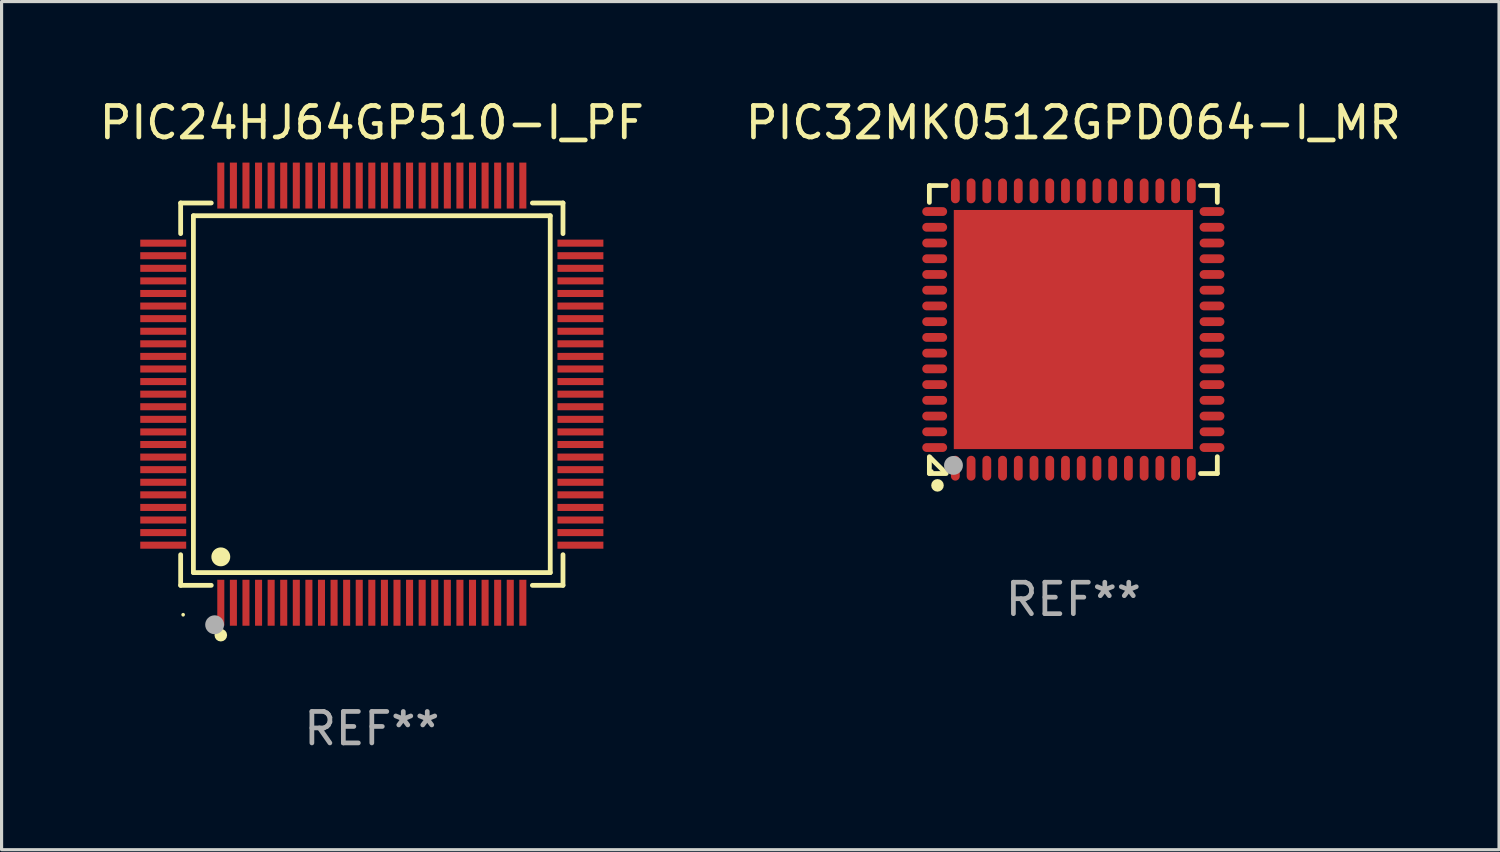
<source format=kicad_pcb>
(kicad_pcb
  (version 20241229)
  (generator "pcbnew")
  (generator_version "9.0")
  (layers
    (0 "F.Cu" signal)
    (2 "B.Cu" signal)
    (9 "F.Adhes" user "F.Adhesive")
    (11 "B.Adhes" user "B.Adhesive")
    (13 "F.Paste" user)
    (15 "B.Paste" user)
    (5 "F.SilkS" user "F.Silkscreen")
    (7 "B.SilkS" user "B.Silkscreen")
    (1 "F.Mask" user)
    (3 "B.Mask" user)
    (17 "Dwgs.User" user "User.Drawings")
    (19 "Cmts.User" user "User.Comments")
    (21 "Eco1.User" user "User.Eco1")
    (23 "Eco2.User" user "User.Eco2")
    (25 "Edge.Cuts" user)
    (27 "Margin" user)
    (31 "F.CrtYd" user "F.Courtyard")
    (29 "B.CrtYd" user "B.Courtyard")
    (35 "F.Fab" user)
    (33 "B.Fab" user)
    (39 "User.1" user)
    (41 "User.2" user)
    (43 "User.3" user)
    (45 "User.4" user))
  (footprint "PIC32MK0512GPD064-I_MR"
    (layer "F.Cu")
    (at 31.065 7.424)
    (property "Reference" "PIC32MK0512GPD064-I_MR" (at 0 -6.576 0) (layer "F.SilkS") (effects (font (size 1 1) (thickness 0.15))))
    (attr through_hole)
    (fp_line (start -4.576 -4.576) (end -4.576 -4.042) (stroke (width 0.152) (type solid)) (layer "F.SilkS"))
    (fp_line (start -4.576 4.576) (end -4.576 4.042) (stroke (width 0.152) (type solid)) (layer "F.SilkS"))
    (fp_line (start -4.069 4.549) (end -4.549 4.069) (stroke (width 0.152) (type solid)) (layer "F.SilkS"))
    (fp_line (start -4.042 -4.576) (end -4.576 -4.576) (stroke (width 0.152) (type solid)) (layer "F.SilkS"))
    (fp_line (start -4.042 4.576) (end -4.576 4.576) (stroke (width 0.152) (type solid)) (layer "F.SilkS"))
    (fp_line (start 4.042 -4.576) (end 4.576 -4.576) (stroke (width 0.152) (type solid)) (layer "F.SilkS"))
    (fp_line (start 4.042 4.576) (end 4.576 4.576) (stroke (width 0.152) (type solid)) (layer "F.SilkS"))
    (fp_line (start 4.576 -4.576) (end 4.576 -4.042) (stroke (width 0.152) (type solid)) (layer "F.SilkS"))
    (fp_line (start 4.576 4.576) (end 4.576 4.042) (stroke (width 0.152) (type solid)) (layer "F.SilkS"))
    (fp_circle (center -4.5 4.5) (end -4.47 4.5) (stroke (width 0.06) (type solid)) (fill no) (layer "F.SilkS"))
    (fp_circle (center -4.318 4.953) (end -4.218 4.953) (stroke (width 0.2) (type solid)) (fill no) (layer "F.SilkS"))
    (fp_circle (center -3.81 4.318) (end -3.66 4.318) (stroke (width 0.3) (type solid)) (fill no) (layer "F.Fab"))
    (fp_text user "REF**" (at 0 8.576 0) (layer "F.Fab") (effects (font (size 1 1) (thickness 0.15))))
    (pad "1" smd oval (at -3.75 4.407) (size 0.28 0.79) (layers "F.Cu" "F.Mask" "F.Paste"))
    (pad "2" smd oval (at -3.25 4.407) (size 0.28 0.79) (layers "F.Cu" "F.Mask" "F.Paste"))
    (pad "3" smd oval (at -2.75 4.407) (size 0.28 0.79) (layers "F.Cu" "F.Mask" "F.Paste"))
    (pad "4" smd oval (at -2.25 4.407) (size 0.28 0.79) (layers "F.Cu" "F.Mask" "F.Paste"))
    (pad "5" smd oval (at -1.75 4.407) (size 0.28 0.79) (layers "F.Cu" "F.Mask" "F.Paste"))
    (pad "6" smd oval (at -1.25 4.407) (size 0.28 0.79) (layers "F.Cu" "F.Mask" "F.Paste"))
    (pad "7" smd oval (at -0.75 4.407) (size 0.28 0.79) (layers "F.Cu" "F.Mask" "F.Paste"))
    (pad "8" smd oval (at -0.25 4.407) (size 0.28 0.79) (layers "F.Cu" "F.Mask" "F.Paste"))
    (pad "9" smd oval (at 0.25 4.407) (size 0.28 0.79) (layers "F.Cu" "F.Mask" "F.Paste"))
    (pad "10" smd oval (at 0.75 4.407) (size 0.28 0.79) (layers "F.Cu" "F.Mask" "F.Paste"))
    (pad "11" smd oval (at 1.25 4.407) (size 0.28 0.79) (layers "F.Cu" "F.Mask" "F.Paste"))
    (pad "12" smd oval (at 1.75 4.407) (size 0.28 0.79) (layers "F.Cu" "F.Mask" "F.Paste"))
    (pad "13" smd oval (at 2.25 4.407) (size 0.28 0.79) (layers "F.Cu" "F.Mask" "F.Paste"))
    (pad "14" smd oval (at 2.75 4.407) (size 0.28 0.79) (layers "F.Cu" "F.Mask" "F.Paste"))
    (pad "15" smd oval (at 3.25 4.407) (size 0.28 0.79) (layers "F.Cu" "F.Mask" "F.Paste"))
    (pad "16" smd oval (at 3.75 4.407) (size 0.28 0.79) (layers "F.Cu" "F.Mask" "F.Paste"))
    (pad "17" smd oval (at 4.407 3.75) (size 0.79 0.28) (layers "F.Cu" "F.Mask" "F.Paste"))
    (pad "18" smd oval (at 4.407 3.25) (size 0.79 0.28) (layers "F.Cu" "F.Mask" "F.Paste"))
    (pad "19" smd oval (at 4.407 2.75) (size 0.79 0.28) (layers "F.Cu" "F.Mask" "F.Paste"))
    (pad "20" smd oval (at 4.407 2.25) (size 0.79 0.28) (layers "F.Cu" "F.Mask" "F.Paste"))
    (pad "21" smd oval (at 4.407 1.75) (size 0.79 0.28) (layers "F.Cu" "F.Mask" "F.Paste"))
    (pad "22" smd oval (at 4.407 1.25) (size 0.79 0.28) (layers "F.Cu" "F.Mask" "F.Paste"))
    (pad "23" smd oval (at 4.407 0.75) (size 0.79 0.28) (layers "F.Cu" "F.Mask" "F.Paste"))
    (pad "24" smd oval (at 4.407 0.25) (size 0.79 0.28) (layers "F.Cu" "F.Mask" "F.Paste"))
    (pad "25" smd oval (at 4.407 -0.25) (size 0.79 0.28) (layers "F.Cu" "F.Mask" "F.Paste"))
    (pad "26" smd oval (at 4.407 -0.75) (size 0.79 0.28) (layers "F.Cu" "F.Mask" "F.Paste"))
    (pad "27" smd oval (at 4.407 -1.25) (size 0.79 0.28) (layers "F.Cu" "F.Mask" "F.Paste"))
    (pad "28" smd oval (at 4.407 -1.75) (size 0.79 0.28) (layers "F.Cu" "F.Mask" "F.Paste"))
    (pad "29" smd oval (at 4.407 -2.25) (size 0.79 0.28) (layers "F.Cu" "F.Mask" "F.Paste"))
    (pad "30" smd oval (at 4.407 -2.75) (size 0.79 0.28) (layers "F.Cu" "F.Mask" "F.Paste"))
    (pad "31" smd oval (at 4.407 -3.25) (size 0.79 0.28) (layers "F.Cu" "F.Mask" "F.Paste"))
    (pad "32" smd oval (at 4.407 -3.75) (size 0.79 0.28) (layers "F.Cu" "F.Mask" "F.Paste"))
    (pad "33" smd oval (at 3.75 -4.407) (size 0.28 0.79) (layers "F.Cu" "F.Mask" "F.Paste"))
    (pad "34" smd oval (at 3.25 -4.407) (size 0.28 0.79) (layers "F.Cu" "F.Mask" "F.Paste"))
    (pad "35" smd oval (at 2.75 -4.407) (size 0.28 0.79) (layers "F.Cu" "F.Mask" "F.Paste"))
    (pad "36" smd oval (at 2.25 -4.407) (size 0.28 0.79) (layers "F.Cu" "F.Mask" "F.Paste"))
    (pad "37" smd oval (at 1.75 -4.407) (size 0.28 0.79) (layers "F.Cu" "F.Mask" "F.Paste"))
    (pad "38" smd oval (at 1.25 -4.407) (size 0.28 0.79) (layers "F.Cu" "F.Mask" "F.Paste"))
    (pad "39" smd oval (at 0.75 -4.407) (size 0.28 0.79) (layers "F.Cu" "F.Mask" "F.Paste"))
    (pad "40" smd oval (at 0.25 -4.407) (size 0.28 0.79) (layers "F.Cu" "F.Mask" "F.Paste"))
    (pad "41" smd oval (at -0.25 -4.407) (size 0.28 0.79) (layers "F.Cu" "F.Mask" "F.Paste"))
    (pad "42" smd oval (at -0.75 -4.407) (size 0.28 0.79) (layers "F.Cu" "F.Mask" "F.Paste"))
    (pad "43" smd oval (at -1.25 -4.407) (size 0.28 0.79) (layers "F.Cu" "F.Mask" "F.Paste"))
    (pad "44" smd oval (at -1.75 -4.407) (size 0.28 0.79) (layers "F.Cu" "F.Mask" "F.Paste"))
    (pad "45" smd oval (at -2.25 -4.407) (size 0.28 0.79) (layers "F.Cu" "F.Mask" "F.Paste"))
    (pad "46" smd oval (at -2.75 -4.407) (size 0.28 0.79) (layers "F.Cu" "F.Mask" "F.Paste"))
    (pad "47" smd oval (at -3.25 -4.407) (size 0.28 0.79) (layers "F.Cu" "F.Mask" "F.Paste"))
    (pad "48" smd oval (at -3.75 -4.407) (size 0.28 0.79) (layers "F.Cu" "F.Mask" "F.Paste"))
    (pad "49" smd oval (at -4.407 -3.75) (size 0.79 0.28) (layers "F.Cu" "F.Mask" "F.Paste"))
    (pad "50" smd oval (at -4.407 -3.25) (size 0.79 0.28) (layers "F.Cu" "F.Mask" "F.Paste"))
    (pad "51" smd oval (at -4.407 -2.75) (size 0.79 0.28) (layers "F.Cu" "F.Mask" "F.Paste"))
    (pad "52" smd oval (at -4.407 -2.25) (size 0.79 0.28) (layers "F.Cu" "F.Mask" "F.Paste"))
    (pad "53" smd oval (at -4.407 -1.75) (size 0.79 0.28) (layers "F.Cu" "F.Mask" "F.Paste"))
    (pad "54" smd oval (at -4.407 -1.25) (size 0.79 0.28) (layers "F.Cu" "F.Mask" "F.Paste"))
    (pad "55" smd oval (at -4.407 -0.75) (size 0.79 0.28) (layers "F.Cu" "F.Mask" "F.Paste"))
    (pad "56" smd oval (at -4.407 -0.25) (size 0.79 0.28) (layers "F.Cu" "F.Mask" "F.Paste"))
    (pad "57" smd oval (at -4.407 0.25) (size 0.79 0.28) (layers "F.Cu" "F.Mask" "F.Paste"))
    (pad "58" smd oval (at -4.407 0.75) (size 0.79 0.28) (layers "F.Cu" "F.Mask" "F.Paste"))
    (pad "59" smd oval (at -4.407 1.25) (size 0.79 0.28) (layers "F.Cu" "F.Mask" "F.Paste"))
    (pad "60" smd oval (at -4.407 1.75) (size 0.79 0.28) (layers "F.Cu" "F.Mask" "F.Paste"))
    (pad "61" smd oval (at -4.407 2.25) (size 0.79 0.28) (layers "F.Cu" "F.Mask" "F.Paste"))
    (pad "62" smd oval (at -4.407 2.75) (size 0.79 0.28) (layers "F.Cu" "F.Mask" "F.Paste"))
    (pad "63" smd oval (at -4.407 3.25) (size 0.79 0.28) (layers "F.Cu" "F.Mask" "F.Paste"))
    (pad "64" smd oval (at -4.407 3.75) (size 0.79 0.28) (layers "F.Cu" "F.Mask" "F.Paste"))
    (pad "65" smd rect (at 0 0) (size 7.6 7.6) (layers "F.Cu" "F.Mask" "F.Paste")))
  (footprint "PIC24HJ64GP510-I_PF"
    (layer "F.Cu")
    (at 8.768 9.478)
    (property "Reference" "PIC24HJ64GP510-I_PF" (at 0 -8.63 0) (layer "F.SilkS") (effects (font (size 1 1) (thickness 0.15))))
    (attr through_hole)
    (fp_line (start -6.076 -6.076) (end -5.103 -6.076) (stroke (width 0.152) (type solid)) (layer "F.SilkS"))
    (fp_line (start -6.076 -5.103) (end -6.076 -6.076) (stroke (width 0.152) (type solid)) (layer "F.SilkS"))
    (fp_line (start -6.076 5.103) (end -6.076 6.076) (stroke (width 0.152) (type solid)) (layer "F.SilkS"))
    (fp_line (start -6.076 6.076) (end -5.103 6.076) (stroke (width 0.152) (type solid)) (layer "F.SilkS"))
    (fp_line (start -5.671 -5.671) (end 5.671 -5.671) (stroke (width 0.152) (type solid)) (layer "F.SilkS"))
    (fp_line (start -5.671 5.671) (end -5.671 -5.671) (stroke (width 0.152) (type solid)) (layer "F.SilkS"))
    (fp_line (start 5.671 -5.671) (end 5.671 5.671) (stroke (width 0.152) (type solid)) (layer "F.SilkS"))
    (fp_line (start 5.671 5.671) (end -5.671 5.671) (stroke (width 0.152) (type solid)) (layer "F.SilkS"))
    (fp_line (start 6.076 -6.076) (end 5.103 -6.076) (stroke (width 0.152) (type solid)) (layer "F.SilkS"))
    (fp_line (start 6.076 -5.103) (end 6.076 -6.076) (stroke (width 0.152) (type solid)) (layer "F.SilkS"))
    (fp_line (start 6.076 5.103) (end 6.076 6.076) (stroke (width 0.152) (type solid)) (layer "F.SilkS"))
    (fp_line (start 6.076 6.076) (end 5.103 6.076) (stroke (width 0.152) (type solid)) (layer "F.SilkS"))
    (fp_circle (center -5.997 7.01) (end -5.967 7.01) (stroke (width 0.06) (type solid)) (fill no) (layer "F.SilkS"))
    (fp_circle (center -4.8 5.171) (end -4.65 5.171) (stroke (width 0.3) (type solid)) (fill no) (layer "F.SilkS"))
    (fp_circle (center -4.8 7.66) (end -4.7 7.66) (stroke (width 0.2) (type solid)) (fill no) (layer "F.SilkS"))
    (fp_circle (center -4.996 7.329) (end -4.846 7.329) (stroke (width 0.3) (type solid)) (fill no) (layer "F.Fab"))
    (fp_text user "REF**" (at 0 10.63 0) (layer "F.Fab") (effects (font (size 1 1) (thickness 0.15))))
    (pad "1" smd rect (at -4.8 6.63) (size 0.224 1.46) (layers "F.Cu" "F.Mask" "F.Paste"))
    (pad "2" smd rect (at -4.4 6.63) (size 0.224 1.46) (layers "F.Cu" "F.Mask" "F.Paste"))
    (pad "3" smd rect (at -4 6.63) (size 0.224 1.46) (layers "F.Cu" "F.Mask" "F.Paste"))
    (pad "4" smd rect (at -3.6 6.63) (size 0.224 1.46) (layers "F.Cu" "F.Mask" "F.Paste"))
    (pad "5" smd rect (at -3.2 6.63) (size 0.224 1.46) (layers "F.Cu" "F.Mask" "F.Paste"))
    (pad "6" smd rect (at -2.8 6.63) (size 0.224 1.46) (layers "F.Cu" "F.Mask" "F.Paste"))
    (pad "7" smd rect (at -2.4 6.63) (size 0.224 1.46) (layers "F.Cu" "F.Mask" "F.Paste"))
    (pad "8" smd rect (at -2 6.63) (size 0.224 1.46) (layers "F.Cu" "F.Mask" "F.Paste"))
    (pad "9" smd rect (at -1.6 6.63) (size 0.224 1.46) (layers "F.Cu" "F.Mask" "F.Paste"))
    (pad "10" smd rect (at -1.2 6.63) (size 0.224 1.46) (layers "F.Cu" "F.Mask" "F.Paste"))
    (pad "11" smd rect (at -0.8 6.63) (size 0.224 1.46) (layers "F.Cu" "F.Mask" "F.Paste"))
    (pad "12" smd rect (at -0.4 6.63) (size 0.224 1.46) (layers "F.Cu" "F.Mask" "F.Paste"))
    (pad "13" smd rect (at 0 6.63) (size 0.224 1.46) (layers "F.Cu" "F.Mask" "F.Paste"))
    (pad "14" smd rect (at 0.4 6.63) (size 0.224 1.46) (layers "F.Cu" "F.Mask" "F.Paste"))
    (pad "15" smd rect (at 0.8 6.63) (size 0.224 1.46) (layers "F.Cu" "F.Mask" "F.Paste"))
    (pad "16" smd rect (at 1.2 6.63) (size 0.224 1.46) (layers "F.Cu" "F.Mask" "F.Paste"))
    (pad "17" smd rect (at 1.6 6.63) (size 0.224 1.46) (layers "F.Cu" "F.Mask" "F.Paste"))
    (pad "18" smd rect (at 2 6.63) (size 0.224 1.46) (layers "F.Cu" "F.Mask" "F.Paste"))
    (pad "19" smd rect (at 2.4 6.63) (size 0.224 1.46) (layers "F.Cu" "F.Mask" "F.Paste"))
    (pad "20" smd rect (at 2.8 6.63) (size 0.224 1.46) (layers "F.Cu" "F.Mask" "F.Paste"))
    (pad "21" smd rect (at 3.2 6.63) (size 0.224 1.46) (layers "F.Cu" "F.Mask" "F.Paste"))
    (pad "22" smd rect (at 3.6 6.63) (size 0.224 1.46) (layers "F.Cu" "F.Mask" "F.Paste"))
    (pad "23" smd rect (at 4 6.63) (size 0.224 1.46) (layers "F.Cu" "F.Mask" "F.Paste"))
    (pad "24" smd rect (at 4.4 6.63) (size 0.224 1.46) (layers "F.Cu" "F.Mask" "F.Paste"))
    (pad "25" smd rect (at 4.8 6.63) (size 0.224 1.46) (layers "F.Cu" "F.Mask" "F.Paste"))
    (pad "26" smd rect (at 6.63 4.8) (size 1.46 0.224) (layers "F.Cu" "F.Mask" "F.Paste"))
    (pad "27" smd rect (at 6.63 4.4) (size 1.46 0.224) (layers "F.Cu" "F.Mask" "F.Paste"))
    (pad "28" smd rect (at 6.63 4) (size 1.46 0.224) (layers "F.Cu" "F.Mask" "F.Paste"))
    (pad "29" smd rect (at 6.63 3.6) (size 1.46 0.224) (layers "F.Cu" "F.Mask" "F.Paste"))
    (pad "30" smd rect (at 6.63 3.2) (size 1.46 0.224) (layers "F.Cu" "F.Mask" "F.Paste"))
    (pad "31" smd rect (at 6.63 2.8) (size 1.46 0.224) (layers "F.Cu" "F.Mask" "F.Paste"))
    (pad "32" smd rect (at 6.63 2.4) (size 1.46 0.224) (layers "F.Cu" "F.Mask" "F.Paste"))
    (pad "33" smd rect (at 6.63 2) (size 1.46 0.224) (layers "F.Cu" "F.Mask" "F.Paste"))
    (pad "34" smd rect (at 6.63 1.6) (size 1.46 0.224) (layers "F.Cu" "F.Mask" "F.Paste"))
    (pad "35" smd rect (at 6.63 1.2) (size 1.46 0.224) (layers "F.Cu" "F.Mask" "F.Paste"))
    (pad "36" smd rect (at 6.63 0.8) (size 1.46 0.224) (layers "F.Cu" "F.Mask" "F.Paste"))
    (pad "37" smd rect (at 6.63 0.4) (size 1.46 0.224) (layers "F.Cu" "F.Mask" "F.Paste"))
    (pad "38" smd rect (at 6.63 0) (size 1.46 0.224) (layers "F.Cu" "F.Mask" "F.Paste"))
    (pad "39" smd rect (at 6.63 -0.4) (size 1.46 0.224) (layers "F.Cu" "F.Mask" "F.Paste"))
    (pad "40" smd rect (at 6.63 -0.8) (size 1.46 0.224) (layers "F.Cu" "F.Mask" "F.Paste"))
    (pad "41" smd rect (at 6.63 -1.2) (size 1.46 0.224) (layers "F.Cu" "F.Mask" "F.Paste"))
    (pad "42" smd rect (at 6.63 -1.6) (size 1.46 0.224) (layers "F.Cu" "F.Mask" "F.Paste"))
    (pad "43" smd rect (at 6.63 -2) (size 1.46 0.224) (layers "F.Cu" "F.Mask" "F.Paste"))
    (pad "44" smd rect (at 6.63 -2.4) (size 1.46 0.224) (layers "F.Cu" "F.Mask" "F.Paste"))
    (pad "45" smd rect (at 6.63 -2.8) (size 1.46 0.224) (layers "F.Cu" "F.Mask" "F.Paste"))
    (pad "46" smd rect (at 6.63 -3.2) (size 1.46 0.224) (layers "F.Cu" "F.Mask" "F.Paste"))
    (pad "47" smd rect (at 6.63 -3.6) (size 1.46 0.224) (layers "F.Cu" "F.Mask" "F.Paste"))
    (pad "48" smd rect (at 6.63 -4) (size 1.46 0.224) (layers "F.Cu" "F.Mask" "F.Paste"))
    (pad "49" smd rect (at 6.63 -4.4) (size 1.46 0.224) (layers "F.Cu" "F.Mask" "F.Paste"))
    (pad "50" smd rect (at 6.63 -4.8) (size 1.46 0.224) (layers "F.Cu" "F.Mask" "F.Paste"))
    (pad "51" smd rect (at 4.8 -6.63) (size 0.224 1.46) (layers "F.Cu" "F.Mask" "F.Paste"))
    (pad "52" smd rect (at 4.4 -6.63) (size 0.224 1.46) (layers "F.Cu" "F.Mask" "F.Paste"))
    (pad "53" smd rect (at 4 -6.63) (size 0.224 1.46) (layers "F.Cu" "F.Mask" "F.Paste"))
    (pad "54" smd rect (at 3.6 -6.63) (size 0.224 1.46) (layers "F.Cu" "F.Mask" "F.Paste"))
    (pad "55" smd rect (at 3.2 -6.63) (size 0.224 1.46) (layers "F.Cu" "F.Mask" "F.Paste"))
    (pad "56" smd rect (at 2.8 -6.63) (size 0.224 1.46) (layers "F.Cu" "F.Mask" "F.Paste"))
    (pad "57" smd rect (at 2.4 -6.63) (size 0.224 1.46) (layers "F.Cu" "F.Mask" "F.Paste"))
    (pad "58" smd rect (at 2 -6.63) (size 0.224 1.46) (layers "F.Cu" "F.Mask" "F.Paste"))
    (pad "59" smd rect (at 1.6 -6.63) (size 0.224 1.46) (layers "F.Cu" "F.Mask" "F.Paste"))
    (pad "60" smd rect (at 1.2 -6.63) (size 0.224 1.46) (layers "F.Cu" "F.Mask" "F.Paste"))
    (pad "61" smd rect (at 0.8 -6.63) (size 0.224 1.46) (layers "F.Cu" "F.Mask" "F.Paste"))
    (pad "62" smd rect (at 0.4 -6.63) (size 0.224 1.46) (layers "F.Cu" "F.Mask" "F.Paste"))
    (pad "63" smd rect (at 0 -6.63) (size 0.224 1.46) (layers "F.Cu" "F.Mask" "F.Paste"))
    (pad "64" smd rect (at -0.4 -6.63) (size 0.224 1.46) (layers "F.Cu" "F.Mask" "F.Paste"))
    (pad "65" smd rect (at -0.8 -6.63) (size 0.224 1.46) (layers "F.Cu" "F.Mask" "F.Paste"))
    (pad "66" smd rect (at -1.2 -6.63) (size 0.224 1.46) (layers "F.Cu" "F.Mask" "F.Paste"))
    (pad "67" smd rect (at -1.6 -6.63) (size 0.224 1.46) (layers "F.Cu" "F.Mask" "F.Paste"))
    (pad "68" smd rect (at -2 -6.63) (size 0.224 1.46) (layers "F.Cu" "F.Mask" "F.Paste"))
    (pad "69" smd rect (at -2.4 -6.63) (size 0.224 1.46) (layers "F.Cu" "F.Mask" "F.Paste"))
    (pad "70" smd rect (at -2.8 -6.63) (size 0.224 1.46) (layers "F.Cu" "F.Mask" "F.Paste"))
    (pad "71" smd rect (at -3.2 -6.63) (size 0.224 1.46) (layers "F.Cu" "F.Mask" "F.Paste"))
    (pad "72" smd rect (at -3.6 -6.63) (size 0.224 1.46) (layers "F.Cu" "F.Mask" "F.Paste"))
    (pad "73" smd rect (at -4 -6.63) (size 0.224 1.46) (layers "F.Cu" "F.Mask" "F.Paste"))
    (pad "74" smd rect (at -4.4 -6.63) (size 0.224 1.46) (layers "F.Cu" "F.Mask" "F.Paste"))
    (pad "75" smd rect (at -4.8 -6.63) (size 0.224 1.46) (layers "F.Cu" "F.Mask" "F.Paste"))
    (pad "76" smd rect (at -6.63 -4.8) (size 1.46 0.224) (layers "F.Cu" "F.Mask" "F.Paste"))
    (pad "77" smd rect (at -6.63 -4.4) (size 1.46 0.224) (layers "F.Cu" "F.Mask" "F.Paste"))
    (pad "78" smd rect (at -6.63 -4) (size 1.46 0.224) (layers "F.Cu" "F.Mask" "F.Paste"))
    (pad "79" smd rect (at -6.63 -3.6) (size 1.46 0.224) (layers "F.Cu" "F.Mask" "F.Paste"))
    (pad "80" smd rect (at -6.63 -3.2) (size 1.46 0.224) (layers "F.Cu" "F.Mask" "F.Paste"))
    (pad "81" smd rect (at -6.63 -2.8) (size 1.46 0.224) (layers "F.Cu" "F.Mask" "F.Paste"))
    (pad "82" smd rect (at -6.63 -2.4) (size 1.46 0.224) (layers "F.Cu" "F.Mask" "F.Paste"))
    (pad "83" smd rect (at -6.63 -2) (size 1.46 0.224) (layers "F.Cu" "F.Mask" "F.Paste"))
    (pad "84" smd rect (at -6.63 -1.6) (size 1.46 0.224) (layers "F.Cu" "F.Mask" "F.Paste"))
    (pad "85" smd rect (at -6.63 -1.2) (size 1.46 0.224) (layers "F.Cu" "F.Mask" "F.Paste"))
    (pad "86" smd rect (at -6.63 -0.8) (size 1.46 0.224) (layers "F.Cu" "F.Mask" "F.Paste"))
    (pad "87" smd rect (at -6.63 -0.4) (size 1.46 0.224) (layers "F.Cu" "F.Mask" "F.Paste"))
    (pad "88" smd rect (at -6.63 0) (size 1.46 0.224) (layers "F.Cu" "F.Mask" "F.Paste"))
    (pad "89" smd rect (at -6.63 0.4) (size 1.46 0.224) (layers "F.Cu" "F.Mask" "F.Paste"))
    (pad "90" smd rect (at -6.63 0.8) (size 1.46 0.224) (layers "F.Cu" "F.Mask" "F.Paste"))
    (pad "91" smd rect (at -6.63 1.2) (size 1.46 0.224) (layers "F.Cu" "F.Mask" "F.Paste"))
    (pad "92" smd rect (at -6.63 1.6) (size 1.46 0.224) (layers "F.Cu" "F.Mask" "F.Paste"))
    (pad "93" smd rect (at -6.63 2) (size 1.46 0.224) (layers "F.Cu" "F.Mask" "F.Paste"))
    (pad "94" smd rect (at -6.63 2.4) (size 1.46 0.224) (layers "F.Cu" "F.Mask" "F.Paste"))
    (pad "95" smd rect (at -6.63 2.8) (size 1.46 0.224) (layers "F.Cu" "F.Mask" "F.Paste"))
    (pad "96" smd rect (at -6.63 3.2) (size 1.46 0.224) (layers "F.Cu" "F.Mask" "F.Paste"))
    (pad "97" smd rect (at -6.63 3.6) (size 1.46 0.224) (layers "F.Cu" "F.Mask" "F.Paste"))
    (pad "98" smd rect (at -6.63 4) (size 1.46 0.224) (layers "F.Cu" "F.Mask" "F.Paste"))
    (pad "99" smd rect (at -6.63 4.4) (size 1.46 0.224) (layers "F.Cu" "F.Mask" "F.Paste"))
    (pad "100" smd rect (at -6.63 4.8) (size 1.46 0.224) (layers "F.Cu" "F.Mask" "F.Paste")))
  (gr_rect
    (start -3 -3)
    (end 44.595 23.956)
    (stroke (width 0.1) (type default))
    (fill no)
    (layer "Edge.Cuts")))
</source>
